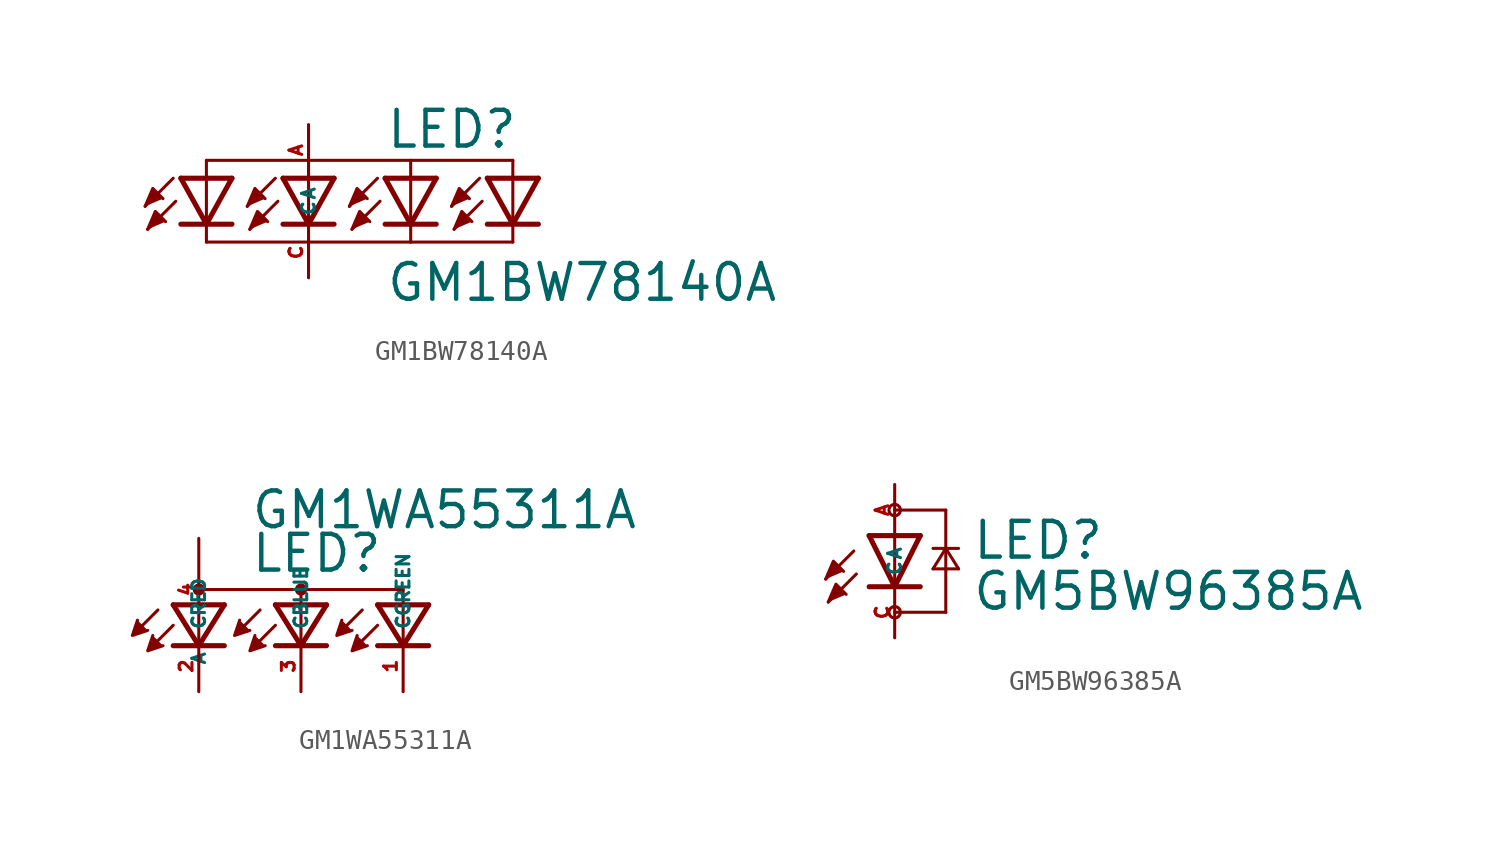
<source format=kicad_sym>
(kicad_symbol_lib
  (version 20220914)
  (generator kicad_symbol_editor)
  (symbol "GM1BW78140A"
    (property "Reference" "LED"
      (at 3.81 1.27 0)
      (effects (font (size 1.778 1.778) (thickness 0.22)) (justify left bottom)))
    (property "Value" "GM1BW78140A"
      (at 3.81 -6.35 0)
      (effects (font (size 1.778 1.778) (thickness 0.22)) (justify left bottom)))
    (symbol "GM1BW78140A_1_1"
      (polyline (pts (xy -6.731 -0.127) (xy -8.128 -1.524)) (stroke (width 0.152) (type default)) (fill (type none)))
      (polyline (pts (xy -6.604 -1.27) (xy -8.001 -2.667)) (stroke (width 0.152) (type default)) (fill (type none)))
      (polyline (pts (xy -5.08 -3.302) (xy 5.08 -3.302)) (stroke (width 0.152) (type default)) (fill (type none)))
      (polyline (pts (xy -5.08 -2.413) (xy -6.35 -2.413)) (stroke (width 0.254) (type default)) (fill (type none)))
      (polyline (pts (xy -5.08 -2.413) (xy -6.35 -0.127)) (stroke (width 0.254) (type default)) (fill (type none)))
      (polyline (pts (xy -5.08 -2.413) (xy -5.08 -3.302)) (stroke (width 0.152) (type default)) (fill (type none)))
      (polyline (pts (xy -5.08 -0.127) (xy -6.35 -0.127)) (stroke (width 0.254) (type default)) (fill (type none)))
      (polyline (pts (xy -5.08 -0.127) (xy -5.08 -2.413)) (stroke (width 0.152) (type default)) (fill (type none)))
      (polyline (pts (xy -5.08 -0.127) (xy -5.08 0.762)) (stroke (width 0.152) (type default)) (fill (type none)))
      (polyline (pts (xy -5.08 0.762) (xy 5.08 0.762)) (stroke (width 0.152) (type default)) (fill (type none)))
      (polyline (pts (xy -3.81 -2.413) (xy -5.08 -2.413)) (stroke (width 0.254) (type default)) (fill (type none)))
      (polyline (pts (xy -3.81 -0.127) (xy -5.08 -2.413)) (stroke (width 0.254) (type default)) (fill (type none)))
      (polyline (pts (xy -3.81 -0.127) (xy -5.08 -0.127)) (stroke (width 0.254) (type default)) (fill (type none)))
      (polyline (pts (xy -1.651 -0.127) (xy -3.048 -1.524)) (stroke (width 0.152) (type default)) (fill (type none)))
      (polyline (pts (xy -1.524 -1.27) (xy -2.921 -2.667)) (stroke (width 0.152) (type default)) (fill (type none)))
      (polyline (pts (xy 0 -2.413) (xy -1.27 -2.413)) (stroke (width 0.254) (type default)) (fill (type none)))
      (polyline (pts (xy 0 -2.413) (xy -1.27 -0.127)) (stroke (width 0.254) (type default)) (fill (type none)))
      (polyline (pts (xy 0 -0.127) (xy -1.27 -0.127)) (stroke (width 0.254) (type default)) (fill (type none)))
      (polyline (pts (xy 0 -0.127) (xy 0 -2.413)) (stroke (width 0.152) (type default)) (fill (type none)))
      (polyline (pts (xy 1.27 -2.413) (xy 0 -2.413)) (stroke (width 0.254) (type default)) (fill (type none)))
      (polyline (pts (xy 1.27 -0.127) (xy 0 -2.413)) (stroke (width 0.254) (type default)) (fill (type none)))
      (polyline (pts (xy 1.27 -0.127) (xy 0 -0.127)) (stroke (width 0.254) (type default)) (fill (type none)))
      (polyline (pts (xy 3.429 -0.127) (xy 2.032 -1.524)) (stroke (width 0.152) (type default)) (fill (type none)))
      (polyline (pts (xy 3.556 -1.27) (xy 2.159 -2.667)) (stroke (width 0.152) (type default)) (fill (type none)))
      (polyline (pts (xy 5.08 -3.302) (xy 10.16 -3.302)) (stroke (width 0.152) (type default)) (fill (type none)))
      (polyline (pts (xy 5.08 -2.413) (xy 3.81 -2.413)) (stroke (width 0.254) (type default)) (fill (type none)))
      (polyline (pts (xy 5.08 -2.413) (xy 3.81 -0.127)) (stroke (width 0.254) (type default)) (fill (type none)))
      (polyline (pts (xy 5.08 -2.413) (xy 5.08 -3.302)) (stroke (width 0.152) (type default)) (fill (type none)))
      (polyline (pts (xy 5.08 -0.127) (xy 3.81 -0.127)) (stroke (width 0.254) (type default)) (fill (type none)))
      (polyline (pts (xy 5.08 -0.127) (xy 5.08 -2.413)) (stroke (width 0.152) (type default)) (fill (type none)))
      (polyline (pts (xy 5.08 -0.127) (xy 5.08 0.762)) (stroke (width 0.152) (type default)) (fill (type none)))
      (polyline (pts (xy 5.08 0.762) (xy 10.16 0.762)) (stroke (width 0.152) (type default)) (fill (type none)))
      (polyline (pts (xy 6.35 -2.413) (xy 5.08 -2.413)) (stroke (width 0.254) (type default)) (fill (type none)))
      (polyline (pts (xy 6.35 -0.127) (xy 5.08 -2.413)) (stroke (width 0.254) (type default)) (fill (type none)))
      (polyline (pts (xy 6.35 -0.127) (xy 5.08 -0.127)) (stroke (width 0.254) (type default)) (fill (type none)))
      (polyline (pts (xy 8.509 -0.127) (xy 7.112 -1.524)) (stroke (width 0.152) (type default)) (fill (type none)))
      (polyline (pts (xy 8.636 -1.27) (xy 7.239 -2.667)) (stroke (width 0.152) (type default)) (fill (type none)))
      (polyline (pts (xy 10.16 -2.413) (xy 8.89 -2.413)) (stroke (width 0.254) (type default)) (fill (type none)))
      (polyline (pts (xy 10.16 -2.413) (xy 8.89 -0.127)) (stroke (width 0.254) (type default)) (fill (type none)))
      (polyline (pts (xy 10.16 -2.413) (xy 10.16 -3.302)) (stroke (width 0.152) (type default)) (fill (type none)))
      (polyline (pts (xy 10.16 -0.127) (xy 8.89 -0.127)) (stroke (width 0.254) (type default)) (fill (type none)))
      (polyline (pts (xy 10.16 -0.127) (xy 10.16 -2.413)) (stroke (width 0.152) (type default)) (fill (type none)))
      (polyline (pts (xy 10.16 -0.127) (xy 10.16 0.762)) (stroke (width 0.152) (type default)) (fill (type none)))
      (polyline (pts (xy 11.43 -2.413) (xy 10.16 -2.413)) (stroke (width 0.254) (type default)) (fill (type none)))
      (polyline (pts (xy 11.43 -0.127) (xy 10.16 -2.413)) (stroke (width 0.254) (type default)) (fill (type none)))
      (polyline (pts (xy 11.43 -0.127) (xy 10.16 -0.127)) (stroke (width 0.254) (type default)) (fill (type none)))
      (polyline (pts (xy -8.128 -1.524) (xy -7.747 -0.635) (xy -7.239 -1.143)) (stroke (width 0.152) (type default)) (fill (type outline)))
      (polyline (pts (xy -8.001 -2.667) (xy -7.62 -1.778) (xy -7.112 -2.286)) (stroke (width 0.152) (type default)) (fill (type outline)))
      (polyline (pts (xy -3.048 -1.524) (xy -2.667 -0.635) (xy -2.159 -1.143)) (stroke (width 0.152) (type default)) (fill (type outline)))
      (polyline (pts (xy -2.921 -2.667) (xy -2.54 -1.778) (xy -2.032 -2.286)) (stroke (width 0.152) (type default)) (fill (type outline)))
      (polyline (pts (xy 2.032 -1.524) (xy 2.413 -0.635) (xy 2.921 -1.143)) (stroke (width 0.152) (type default)) (fill (type outline)))
      (polyline (pts (xy 2.159 -2.667) (xy 2.54 -1.778) (xy 3.048 -2.286)) (stroke (width 0.152) (type default)) (fill (type outline)))
      (polyline (pts (xy 7.112 -1.524) (xy 7.493 -0.635) (xy 8.001 -1.143)) (stroke (width 0.152) (type default)) (fill (type outline)))
      (polyline (pts (xy 7.239 -2.667) (xy 7.62 -1.778) (xy 8.128 -2.286)) (stroke (width 0.152) (type default)) (fill (type outline)))
      (pin passive line (at 0 2.54 270) (length 2.54) (name "A" (effects (font (size 0.635 0.635)))) (number "A" (effects (font (size 0.635 0.635)))))
      (pin passive line (at 0 -5.08 90) (length 2.54) (name "C" (effects (font (size 0.635 0.635)))) (number "C" (effects (font (size 0.635 0.635)))))))
  (symbol "GM1WA55311A"
    (property "Reference" "LED"
      (at -2.54 0.762 0)
      (effects (font (size 1.778 1.778) (thickness 0.22)) (justify left bottom)))
    (property "Value" "GM1WA55311A"
      (at -2.54 2.921 0)
      (effects (font (size 1.778 1.778) (thickness 0.22)) (justify left bottom)))
    (symbol "GM1WA55311A_1_1"
      (circle (center -5.08 0) (radius 0.18) (stroke (width 0.254) (type default)) (fill (type none)))
      (polyline (pts (xy -7.112 -1.016) (xy -8.001 -1.905)) (stroke (width 0.152) (type default)) (fill (type none)))
      (polyline (pts (xy -6.35 -1.778) (xy -7.239 -2.667)) (stroke (width 0.152) (type default)) (fill (type none)))
      (polyline (pts (xy -5.08 -2.794) (xy -6.35 -2.794)) (stroke (width 0.254) (type default)) (fill (type none)))
      (polyline (pts (xy -5.08 -2.794) (xy -6.35 -0.762)) (stroke (width 0.254) (type default)) (fill (type none)))
      (polyline (pts (xy -5.08 0) (xy 0 0)) (stroke (width 0.152) (type default)) (fill (type none)))
      (polyline (pts (xy -3.81 -2.794) (xy -5.08 -2.794)) (stroke (width 0.254) (type default)) (fill (type none)))
      (polyline (pts (xy -3.81 -0.762) (xy -6.35 -0.762)) (stroke (width 0.254) (type default)) (fill (type none)))
      (polyline (pts (xy -3.81 -0.762) (xy -5.08 -2.794)) (stroke (width 0.254) (type default)) (fill (type none)))
      (polyline (pts (xy -2.032 -1.016) (xy -2.921 -1.905)) (stroke (width 0.152) (type default)) (fill (type none)))
      (polyline (pts (xy -1.27 -1.778) (xy -2.159 -2.667)) (stroke (width 0.152) (type default)) (fill (type none)))
      (polyline (pts (xy 0 -2.794) (xy -1.27 -2.794)) (stroke (width 0.254) (type default)) (fill (type none)))
      (polyline (pts (xy 0 -2.794) (xy -1.27 -0.762)) (stroke (width 0.254) (type default)) (fill (type none)))
      (polyline (pts (xy 0 0) (xy 0 -2.54)) (stroke (width 0.152) (type default)) (fill (type none)))
      (polyline (pts (xy 0 0) (xy 5.08 0)) (stroke (width 0.152) (type default)) (fill (type none)))
      (polyline (pts (xy 1.27 -2.794) (xy 0 -2.794)) (stroke (width 0.254) (type default)) (fill (type none)))
      (polyline (pts (xy 1.27 -0.762) (xy -1.27 -0.762)) (stroke (width 0.254) (type default)) (fill (type none)))
      (polyline (pts (xy 1.27 -0.762) (xy 0 -2.794)) (stroke (width 0.254) (type default)) (fill (type none)))
      (polyline (pts (xy 3.048 -1.016) (xy 2.159 -1.905)) (stroke (width 0.152) (type default)) (fill (type none)))
      (polyline (pts (xy 3.81 -1.778) (xy 2.921 -2.667)) (stroke (width 0.152) (type default)) (fill (type none)))
      (polyline (pts (xy 5.08 -2.794) (xy 3.81 -2.794)) (stroke (width 0.254) (type default)) (fill (type none)))
      (polyline (pts (xy 5.08 -2.794) (xy 3.81 -0.762)) (stroke (width 0.254) (type default)) (fill (type none)))
      (polyline (pts (xy 5.08 0) (xy 5.08 -2.54)) (stroke (width 0.152) (type default)) (fill (type none)))
      (polyline (pts (xy 6.35 -2.794) (xy 5.08 -2.794)) (stroke (width 0.254) (type default)) (fill (type none)))
      (polyline (pts (xy 6.35 -0.762) (xy 3.81 -0.762)) (stroke (width 0.254) (type default)) (fill (type none)))
      (polyline (pts (xy 6.35 -0.762) (xy 5.08 -2.794)) (stroke (width 0.254) (type default)) (fill (type none)))
      (polyline (pts (xy -8.128 -1.524) (xy -8.382 -2.286) (xy -7.62 -2.032)) (stroke (width 0.152) (type default)) (fill (type outline)))
      (polyline (pts (xy -7.366 -2.286) (xy -7.62 -3.048) (xy -6.858 -2.794)) (stroke (width 0.152) (type default)) (fill (type outline)))
      (polyline (pts (xy -3.048 -1.524) (xy -3.302 -2.286) (xy -2.54 -2.032)) (stroke (width 0.152) (type default)) (fill (type outline)))
      (polyline (pts (xy -2.286 -2.286) (xy -2.54 -3.048) (xy -1.778 -2.794)) (stroke (width 0.152) (type default)) (fill (type outline)))
      (polyline (pts (xy 2.032 -1.524) (xy 1.778 -2.286) (xy 2.54 -2.032)) (stroke (width 0.152) (type default)) (fill (type outline)))
      (polyline (pts (xy 2.794 -2.286) (xy 2.54 -3.048) (xy 3.302 -2.794)) (stroke (width 0.152) (type default)) (fill (type outline)))
      (circle (center 0 0) (radius 0.18) (stroke (width 0.254) (type default)) (fill (type none)))
      (pin passive line (at 5.08 -5.08 90) (length 2.54) (name "CGREEN" (effects (font (size 0.635 0.635)))) (number "1" (effects (font (size 0.635 0.635)))))
      (pin passive line (at -5.08 -5.08 90) (length 2.54) (name "CRED" (effects (font (size 0.635 0.635)))) (number "2" (effects (font (size 0.635 0.635)))))
      (pin passive line (at 0 -5.08 90) (length 2.54) (name "CBLUE" (effects (font (size 0.635 0.635)))) (number "3" (effects (font (size 0.635 0.635)))))
      (pin passive line (at -5.08 2.54 270) (length 5.08) (name "A" (effects (font (size 0.635 0.635)))) (number "4" (effects (font (size 0.635 0.635)))))))
  (symbol "GM5BW96385A"
    (property "Reference" "LED"
      (at 3.81 -1.27 0)
      (effects (font (size 1.778 1.778) (thickness 0.22)) (justify left bottom)))
    (property "Value" "GM5BW96385A"
      (at 3.81 -3.81 0)
      (effects (font (size 1.778 1.778) (thickness 0.22)) (justify left bottom)))
    (symbol "GM5BW96385A_1_1"
      (circle (center 0 -3.81) (radius 0.284) (stroke (width 0) (type default)) (fill (type none)))
      (polyline (pts (xy -2.032 -0.762) (xy -3.429 -2.159)) (stroke (width 0.152) (type default)) (fill (type none)))
      (polyline (pts (xy -1.905 -1.905) (xy -3.302 -3.302)) (stroke (width 0.152) (type default)) (fill (type none)))
      (polyline (pts (xy 0 -2.54) (xy -1.27 -2.54)) (stroke (width 0.254) (type default)) (fill (type none)))
      (polyline (pts (xy 0 -2.54) (xy -1.27 0)) (stroke (width 0.254) (type default)) (fill (type none)))
      (polyline (pts (xy 0 0) (xy -1.27 0)) (stroke (width 0.254) (type default)) (fill (type none)))
      (polyline (pts (xy 0 0) (xy 0 -2.54)) (stroke (width 0.152) (type default)) (fill (type none)))
      (polyline (pts (xy 0 1.27) (xy 2.54 1.27)) (stroke (width 0.152) (type default)) (fill (type none)))
      (polyline (pts (xy 1.27 -2.54) (xy 0 -2.54)) (stroke (width 0.254) (type default)) (fill (type none)))
      (polyline (pts (xy 1.27 0) (xy 0 -2.54)) (stroke (width 0.254) (type default)) (fill (type none)))
      (polyline (pts (xy 1.27 0) (xy 0 0)) (stroke (width 0.254) (type default)) (fill (type none)))
      (polyline (pts (xy 1.905 -1.651) (xy 3.175 -1.651)) (stroke (width 0.152) (type default)) (fill (type none)))
      (polyline (pts (xy 1.905 -0.635) (xy 2.54 -0.635)) (stroke (width 0.152) (type default)) (fill (type none)))
      (polyline (pts (xy 2.54 -3.81) (xy 0 -3.81)) (stroke (width 0.152) (type default)) (fill (type none)))
      (polyline (pts (xy 2.54 -0.635) (xy 1.905 -1.651)) (stroke (width 0.152) (type default)) (fill (type none)))
      (polyline (pts (xy 2.54 -0.635) (xy 2.54 -3.81)) (stroke (width 0.152) (type default)) (fill (type none)))
      (polyline (pts (xy 2.54 -0.635) (xy 3.175 -0.635)) (stroke (width 0.152) (type default)) (fill (type none)))
      (polyline (pts (xy 2.54 1.27) (xy 2.54 -0.635)) (stroke (width 0.152) (type default)) (fill (type none)))
      (polyline (pts (xy 3.175 -1.651) (xy 2.54 -0.635)) (stroke (width 0.152) (type default)) (fill (type none)))
      (polyline (pts (xy -3.429 -2.159) (xy -3.048 -1.27) (xy -2.54 -1.778)) (stroke (width 0.152) (type default)) (fill (type outline)))
      (polyline (pts (xy -3.302 -3.302) (xy -2.921 -2.413) (xy -2.413 -2.921)) (stroke (width 0.152) (type default)) (fill (type outline)))
      (circle (center 0 1.27) (radius 0.284) (stroke (width 0) (type default)) (fill (type none)))
      (pin passive line (at 0 2.54 270) (length 2.54) (name "A" (effects (font (size 0.635 0.635)))) (number "A" (effects (font (size 0.635 0.635)))))
      (pin passive line (at 0 -5.08 90) (length 2.54) (name "C" (effects (font (size 0.635 0.635)))) (number "C" (effects (font (size 0.635 0.635))))))))
</source>
